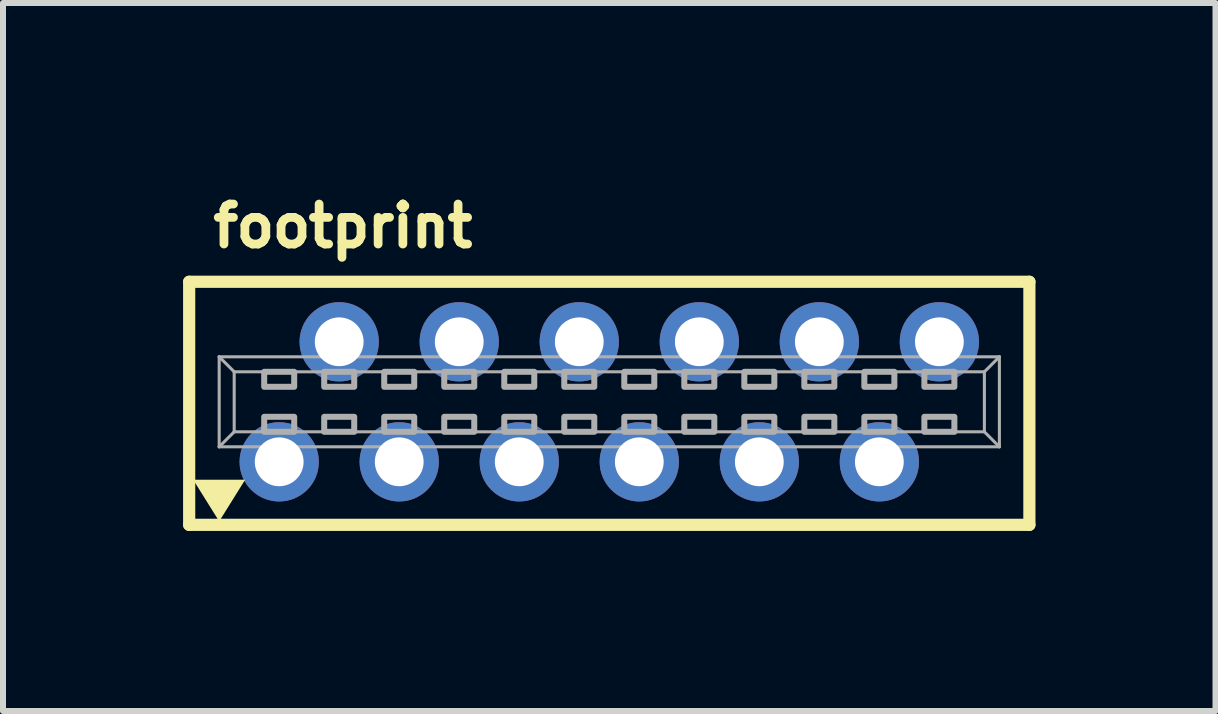
<source format=kicad_pcb>
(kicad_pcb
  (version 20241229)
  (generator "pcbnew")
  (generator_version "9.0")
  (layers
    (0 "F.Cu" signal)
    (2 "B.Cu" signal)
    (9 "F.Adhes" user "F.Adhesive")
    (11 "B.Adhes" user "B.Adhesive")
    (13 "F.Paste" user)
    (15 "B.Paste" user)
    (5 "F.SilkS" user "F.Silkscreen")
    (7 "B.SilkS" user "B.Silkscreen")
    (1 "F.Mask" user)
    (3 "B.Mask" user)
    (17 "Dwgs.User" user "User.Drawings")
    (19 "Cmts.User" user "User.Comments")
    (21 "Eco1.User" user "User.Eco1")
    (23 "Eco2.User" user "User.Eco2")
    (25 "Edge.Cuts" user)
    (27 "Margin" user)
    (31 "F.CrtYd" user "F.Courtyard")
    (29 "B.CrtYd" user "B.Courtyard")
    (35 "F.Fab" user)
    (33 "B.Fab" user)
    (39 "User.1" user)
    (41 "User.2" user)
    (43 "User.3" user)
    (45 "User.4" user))
  (footprint "footprint"
    (layer "F.Cu")
    (at 7.102 3.645)
    (property "Reference" "footprint" (at -6.675 -2.54 0) (layer "F.SilkS") (effects (font (size 0.666 0.666) (thickness 0.146)) (justify left bottom)))
    (fp_line (start -7 -2) (end -7 2.05) (stroke (width 0.203) (type solid)) (layer "F.SilkS"))
    (fp_line (start -7 2.05) (end 7 2.05) (stroke (width 0.203) (type solid)) (layer "F.SilkS"))
    (fp_line (start 7 -2) (end -7 -2) (stroke (width 0.203) (type solid)) (layer "F.SilkS"))
    (fp_line (start 7 -2) (end 7 2.05) (stroke (width 0.203) (type solid)) (layer "F.SilkS"))
    (fp_poly (pts (xy -6.5 1.992) (xy -6.933 1.298) (xy -6.067 1.298)) (stroke (width 0) (type solid)) (fill yes) (layer "F.SilkS"))
    (fp_line (start -6.5 -0.75) (end 6.5 -0.75) (stroke (width 0.051) (type solid)) (layer "F.Fab"))
    (fp_line (start -6.5 0.75) (end -6.5 -0.75) (stroke (width 0.051) (type solid)) (layer "F.Fab"))
    (fp_line (start -6.25 -0.5) (end -6.5 -0.75) (stroke (width 0.051) (type solid)) (layer "F.Fab"))
    (fp_line (start -6.25 -0.5) (end 6.25 -0.5) (stroke (width 0.051) (type solid)) (layer "F.Fab"))
    (fp_line (start -6.25 0.5) (end -6.5 0.75) (stroke (width 0.051) (type solid)) (layer "F.Fab"))
    (fp_line (start -6.25 0.5) (end -6.25 -0.5) (stroke (width 0.051) (type solid)) (layer "F.Fab"))
    (fp_line (start 6.25 -0.5) (end 6.25 0.5) (stroke (width 0.051) (type solid)) (layer "F.Fab"))
    (fp_line (start 6.25 -0.5) (end 6.5 -0.75) (stroke (width 0.051) (type solid)) (layer "F.Fab"))
    (fp_line (start 6.25 0.5) (end -6.25 0.5) (stroke (width 0.051) (type solid)) (layer "F.Fab"))
    (fp_line (start 6.25 0.5) (end 6.5 0.75) (stroke (width 0.051) (type solid)) (layer "F.Fab"))
    (fp_line (start 6.5 -0.75) (end 6.5 0.75) (stroke (width 0.051) (type solid)) (layer "F.Fab"))
    (fp_line (start 6.5 0.75) (end -6.5 0.75) (stroke (width 0.051) (type solid)) (layer "F.Fab"))
    (fp_poly (pts (xy -5.75 -0.25) (xy -5.25 -0.25) (xy -5.25 -0.5) (xy -5.75 -0.5)) (stroke (width 0.1) (type solid)) (fill no) (layer "F.Fab"))
    (fp_poly (pts (xy -5.75 0.5) (xy -5.25 0.5) (xy -5.25 0.25) (xy -5.75 0.25)) (stroke (width 0.1) (type solid)) (fill no) (layer "F.Fab"))
    (fp_poly (pts (xy -4.75 -0.25) (xy -4.25 -0.25) (xy -4.25 -0.5) (xy -4.75 -0.5)) (stroke (width 0.1) (type solid)) (fill no) (layer "F.Fab"))
    (fp_poly (pts (xy -4.75 0.5) (xy -4.25 0.5) (xy -4.25 0.25) (xy -4.75 0.25)) (stroke (width 0.1) (type solid)) (fill no) (layer "F.Fab"))
    (fp_poly (pts (xy -3.75 -0.25) (xy -3.25 -0.25) (xy -3.25 -0.5) (xy -3.75 -0.5)) (stroke (width 0.1) (type solid)) (fill no) (layer "F.Fab"))
    (fp_poly (pts (xy -3.75 0.5) (xy -3.25 0.5) (xy -3.25 0.25) (xy -3.75 0.25)) (stroke (width 0.1) (type solid)) (fill no) (layer "F.Fab"))
    (fp_poly (pts (xy -2.75 -0.25) (xy -2.25 -0.25) (xy -2.25 -0.5) (xy -2.75 -0.5)) (stroke (width 0.1) (type solid)) (fill no) (layer "F.Fab"))
    (fp_poly (pts (xy -2.75 0.5) (xy -2.25 0.5) (xy -2.25 0.25) (xy -2.75 0.25)) (stroke (width 0.1) (type solid)) (fill no) (layer "F.Fab"))
    (fp_poly (pts (xy -1.75 -0.25) (xy -1.25 -0.25) (xy -1.25 -0.5) (xy -1.75 -0.5)) (stroke (width 0.1) (type solid)) (fill no) (layer "F.Fab"))
    (fp_poly (pts (xy -1.75 0.5) (xy -1.25 0.5) (xy -1.25 0.25) (xy -1.75 0.25)) (stroke (width 0.1) (type solid)) (fill no) (layer "F.Fab"))
    (fp_poly (pts (xy -0.75 -0.25) (xy -0.25 -0.25) (xy -0.25 -0.5) (xy -0.75 -0.5)) (stroke (width 0.1) (type solid)) (fill no) (layer "F.Fab"))
    (fp_poly (pts (xy -0.75 0.5) (xy -0.25 0.5) (xy -0.25 0.25) (xy -0.75 0.25)) (stroke (width 0.1) (type solid)) (fill no) (layer "F.Fab"))
    (fp_poly (pts (xy 0.25 -0.25) (xy 0.75 -0.25) (xy 0.75 -0.5) (xy 0.25 -0.5)) (stroke (width 0.1) (type solid)) (fill no) (layer "F.Fab"))
    (fp_poly (pts (xy 0.25 0.5) (xy 0.75 0.5) (xy 0.75 0.25) (xy 0.25 0.25)) (stroke (width 0.1) (type solid)) (fill no) (layer "F.Fab"))
    (fp_poly (pts (xy 1.25 -0.25) (xy 1.75 -0.25) (xy 1.75 -0.5) (xy 1.25 -0.5)) (stroke (width 0.1) (type solid)) (fill no) (layer "F.Fab"))
    (fp_poly (pts (xy 1.25 0.5) (xy 1.75 0.5) (xy 1.75 0.25) (xy 1.25 0.25)) (stroke (width 0.1) (type solid)) (fill no) (layer "F.Fab"))
    (fp_poly (pts (xy 2.25 -0.25) (xy 2.75 -0.25) (xy 2.75 -0.5) (xy 2.25 -0.5)) (stroke (width 0.1) (type solid)) (fill no) (layer "F.Fab"))
    (fp_poly (pts (xy 2.25 0.5) (xy 2.75 0.5) (xy 2.75 0.25) (xy 2.25 0.25)) (stroke (width 0.1) (type solid)) (fill no) (layer "F.Fab"))
    (fp_poly (pts (xy 3.25 -0.25) (xy 3.75 -0.25) (xy 3.75 -0.5) (xy 3.25 -0.5)) (stroke (width 0.1) (type solid)) (fill no) (layer "F.Fab"))
    (fp_poly (pts (xy 3.25 0.5) (xy 3.75 0.5) (xy 3.75 0.25) (xy 3.25 0.25)) (stroke (width 0.1) (type solid)) (fill no) (layer "F.Fab"))
    (fp_poly (pts (xy 4.25 -0.25) (xy 4.75 -0.25) (xy 4.75 -0.5) (xy 4.25 -0.5)) (stroke (width 0.1) (type solid)) (fill no) (layer "F.Fab"))
    (fp_poly (pts (xy 4.25 0.5) (xy 4.75 0.5) (xy 4.75 0.25) (xy 4.25 0.25)) (stroke (width 0.1) (type solid)) (fill no) (layer "F.Fab"))
    (fp_poly (pts (xy 5.25 -0.25) (xy 5.75 -0.25) (xy 5.75 -0.5) (xy 5.25 -0.5)) (stroke (width 0.1) (type solid)) (fill no) (layer "F.Fab"))
    (fp_poly (pts (xy 5.25 0.5) (xy 5.75 0.5) (xy 5.75 0.25) (xy 5.25 0.25)) (stroke (width 0.1) (type solid)) (fill no) (layer "F.Fab"))
    (pad "1" thru_hole circle (at -5.5 1) (size 1.321 1.321) (drill 0.813) (layers "*.Cu" "*.Mask"))
    (pad "2" thru_hole circle (at -4.5 -1) (size 1.321 1.321) (drill 0.813) (layers "*.Cu" "*.Mask"))
    (pad "3" thru_hole circle (at -3.5 1) (size 1.321 1.321) (drill 0.813) (layers "*.Cu" "*.Mask"))
    (pad "4" thru_hole circle (at -2.5 -1) (size 1.321 1.321) (drill 0.813) (layers "*.Cu" "*.Mask"))
    (pad "5" thru_hole circle (at -1.5 1) (size 1.321 1.321) (drill 0.813) (layers "*.Cu" "*.Mask"))
    (pad "6" thru_hole circle (at -0.5 -1) (size 1.321 1.321) (drill 0.813) (layers "*.Cu" "*.Mask"))
    (pad "7" thru_hole circle (at 0.5 1) (size 1.321 1.321) (drill 0.813) (layers "*.Cu" "*.Mask"))
    (pad "8" thru_hole circle (at 1.5 -1) (size 1.321 1.321) (drill 0.813) (layers "*.Cu" "*.Mask"))
    (pad "9" thru_hole circle (at 2.5 1) (size 1.321 1.321) (drill 0.813) (layers "*.Cu" "*.Mask"))
    (pad "10" thru_hole circle (at 3.5 -1) (size 1.321 1.321) (drill 0.813) (layers "*.Cu" "*.Mask"))
    (pad "11" thru_hole circle (at 4.5 1) (size 1.321 1.321) (drill 0.813) (layers "*.Cu" "*.Mask"))
    (pad "12" thru_hole circle (at 5.5 -1) (size 1.321 1.321) (drill 0.813) (layers "*.Cu" "*.Mask")))
  (gr_rect
    (start -3 -3)
    (end 17.203 8.797)
    (stroke (width 0.1) (type default))
    (fill no)
    (layer "Edge.Cuts")))
</source>
